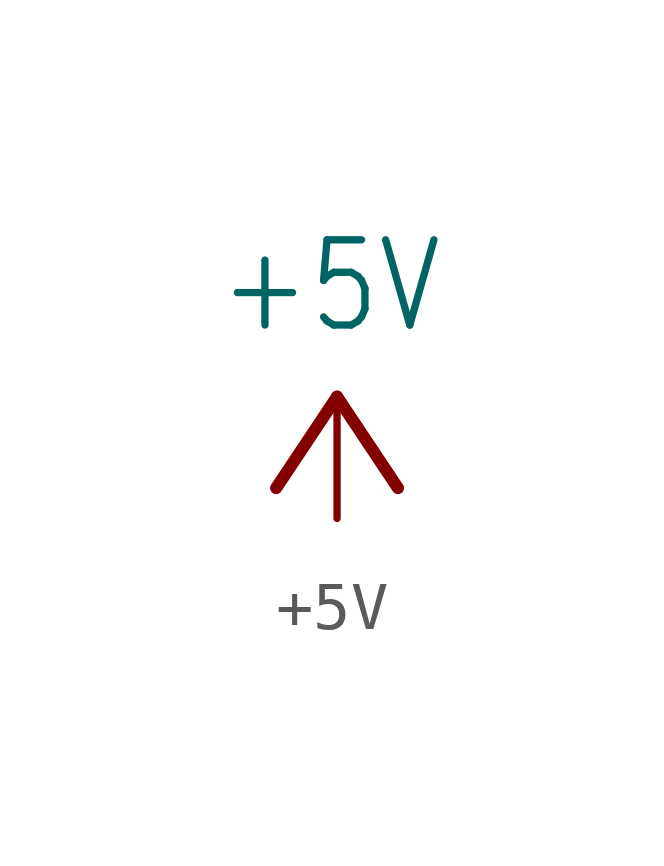
<source format=kicad_sym>
(kicad_symbol_lib
  (version 20201005)
  (generator kicad_symbol_editor)
  (symbol "+5V"
    (power)
    (property "Reference" "#P+"
      (at 0 0 0)
      (effects (font (size 1.27 1.27)) hide))
    (property "Value" "+5V"
      (at -2.54 1.27 0)
      (effects (font (size 1.778 1.511)) (justify left bottom)))
    (property "ki_locked" ""
      (at 0 0 0)
      (effects (font (size 1.27 1.27))))
    (symbol "+5V_1_0"
      (polyline (pts (xy 1.27 -1.905) (xy 0 0)) (stroke (width 0.254)) (fill (type none)))
      (polyline (pts (xy 0 0) (xy -1.27 -1.905)) (stroke (width 0.254)) (fill (type none)))
      (pin power_in line (at 0 -2.54 90) (length 2.54) (name "+5V" (effects (font (size 0 0)))) (number "1" (effects (font (size 0 0))))))))
</source>
